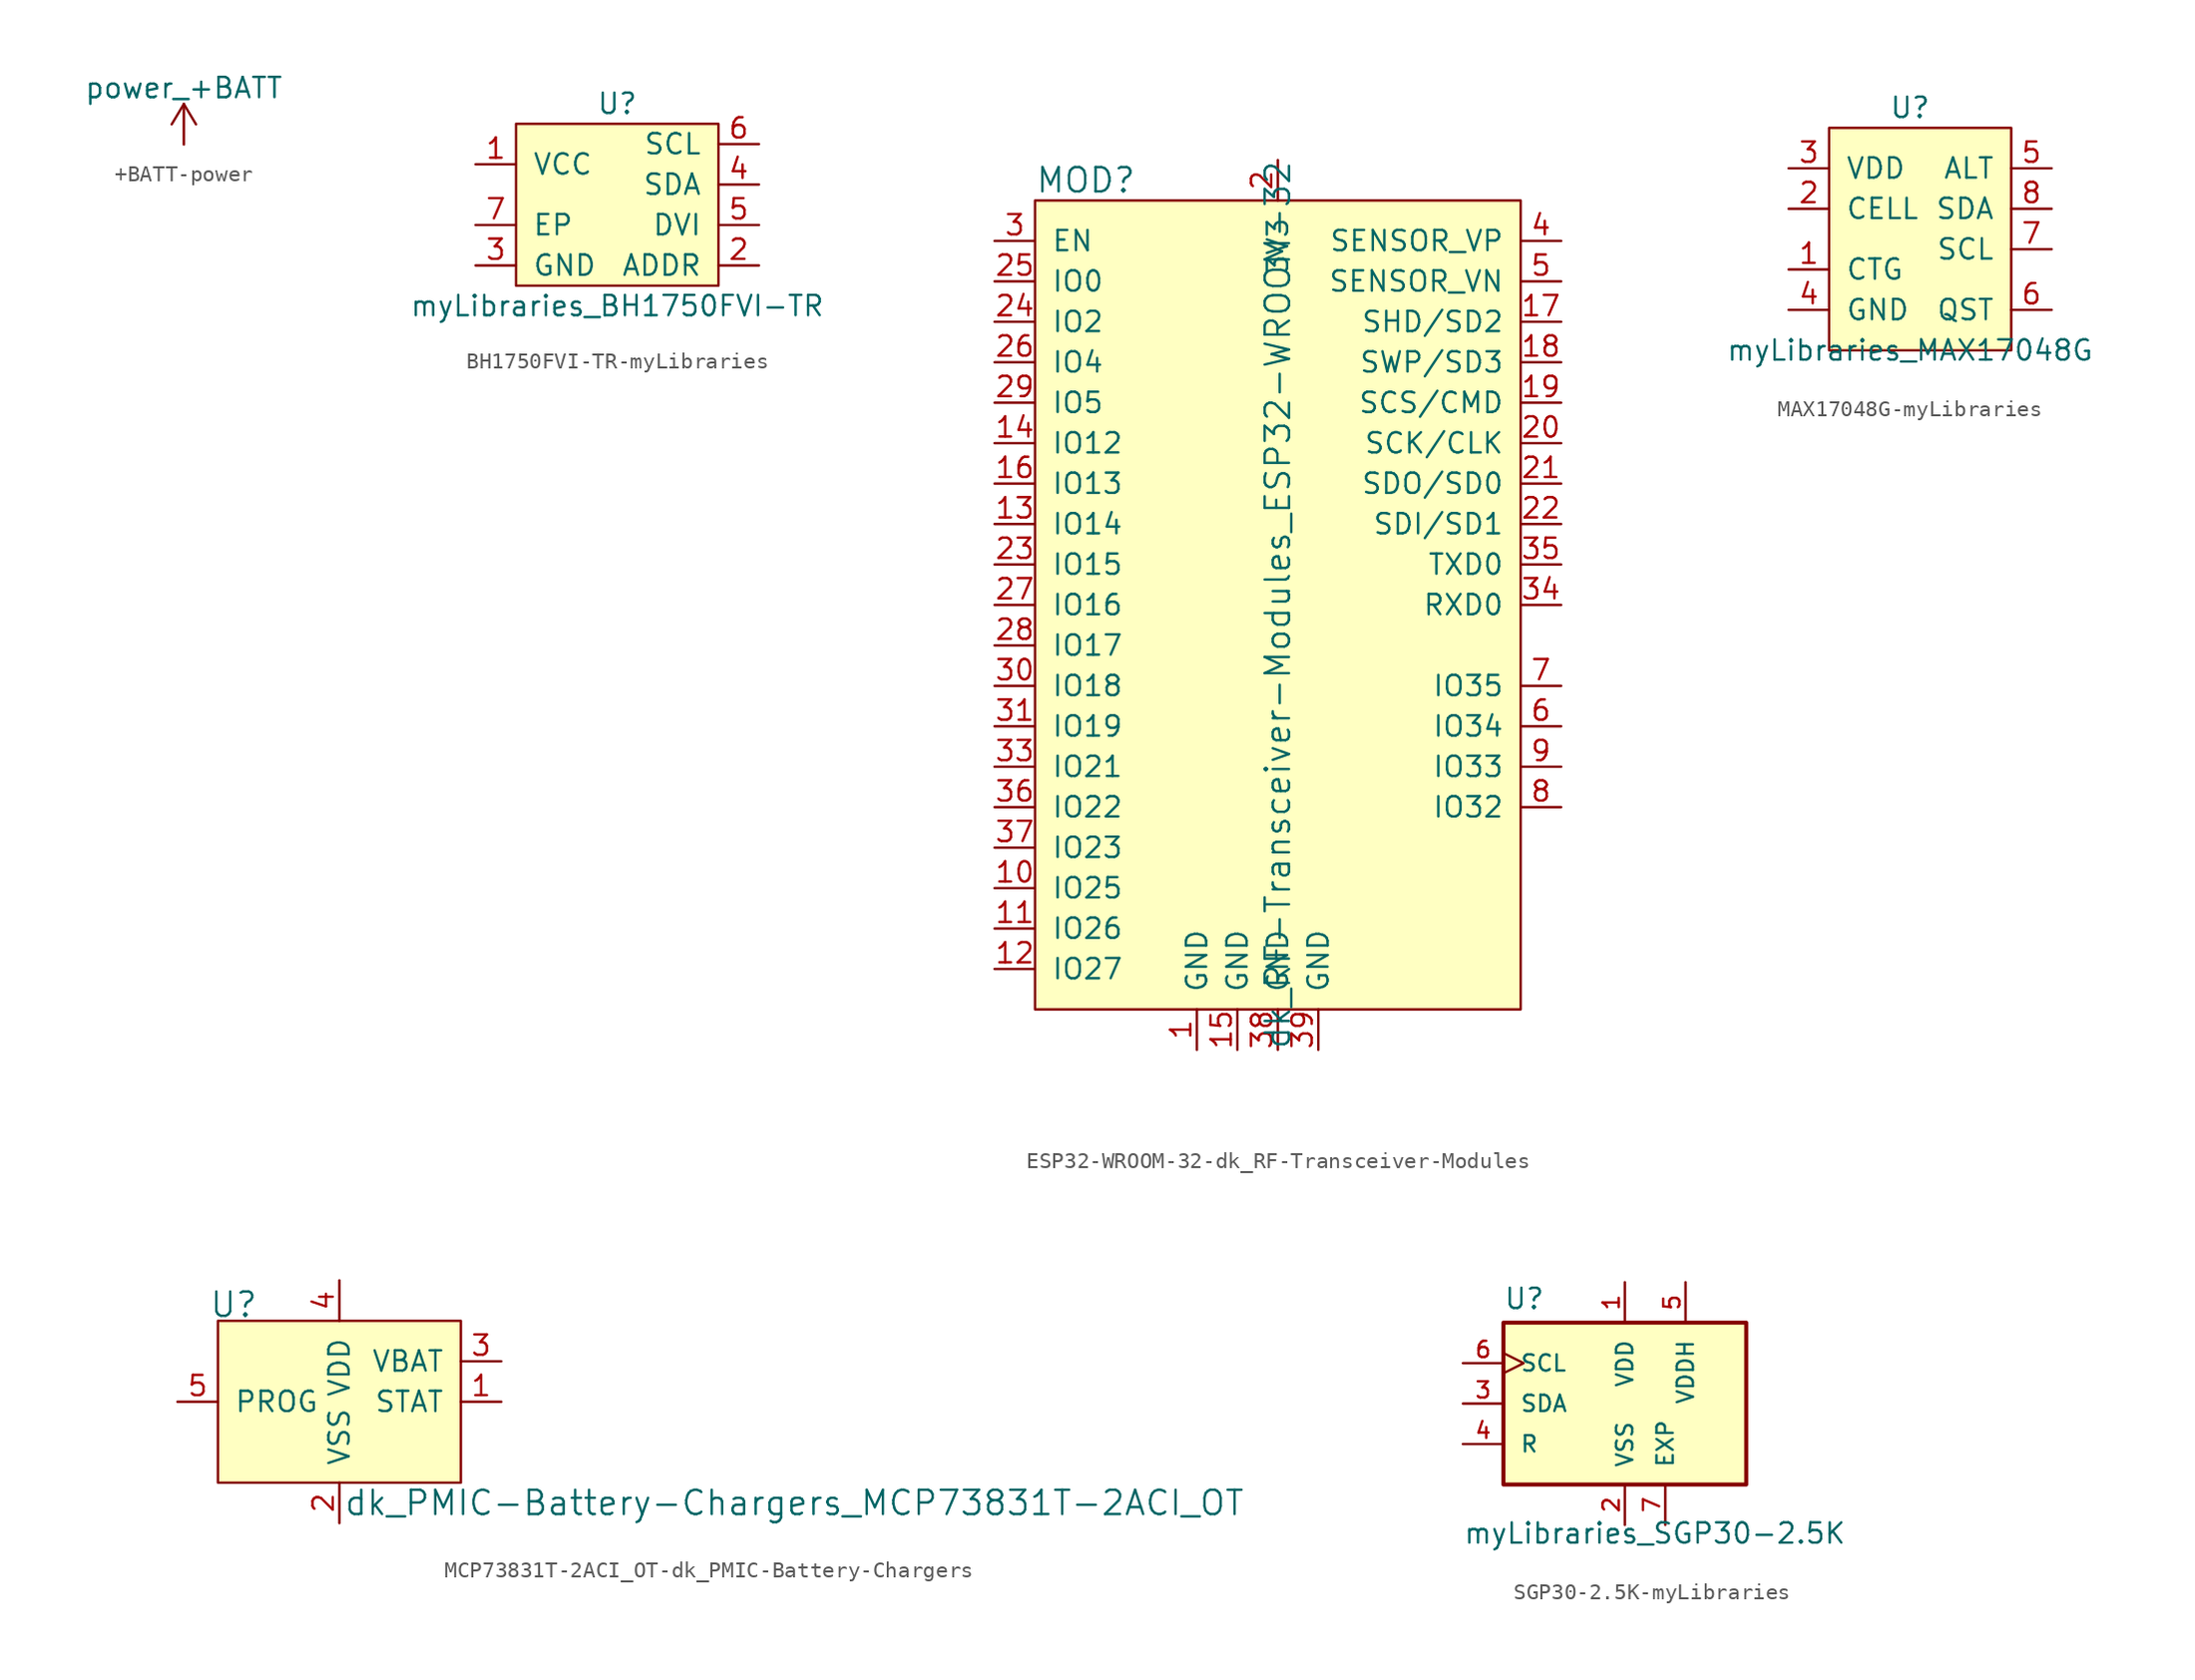
<source format=kicad_sym>
(kicad_symbol_lib
  (version 20241209)
  (generator "kicad_symbol_editor")
  (generator_version "9.0")
  (symbol "+BATT-power"
    (power)
    (pin_names
      (offset 0))
    (property "Reference" "#PWR"
      (at 0 -3.81 0)
      (effects (font (size 1.27 1.27)) (hide yes)))
    (property "Value" "power_+BATT"
      (at 0 3.556 0)
      (effects (font (size 1.27 1.27))))
    (symbol "+BATT-power_0_1"
      (polyline (pts (xy -0.762 1.27) (xy 0 2.54)) (stroke (width 0) (type solid)) (fill (type none)))
      (polyline (pts (xy 0 2.54) (xy 0.762 1.27)) (stroke (width 0) (type solid)) (fill (type none)))
      (polyline (pts (xy 0 0) (xy 0 2.54)) (stroke (width 0) (type solid)) (fill (type none))))
    (symbol "+BATT-power_1_1"
      (pin power_in line (at 0 0 90) (length 0) (hide yes) (name "+BATT" (effects (font (size 1.27 1.27)))) (number "1" (effects (font (size 1.27 1.27)))))))
  (symbol "BH1750FVI-TR-myLibraries"
    (pin_names
      (offset 1.016))
    (property "Reference" "U"
      (at 0 6.35 0)
      (effects (font (size 1.27 1.27))))
    (property "Value" "myLibraries_BH1750FVI-TR"
      (at 0 -6.35 0)
      (effects (font (size 1.27 1.27))))
    (symbol "BH1750FVI-TR-myLibraries_0_1"
      (rectangle (start -6.35 5.08) (end 6.35 -5.08) (stroke (width 0) (type solid)) (fill (type background))))
    (symbol "BH1750FVI-TR-myLibraries_1_1"
      (pin input line (at -8.89 2.54 0) (length 2.54) (name "VCC" (effects (font (size 1.27 1.27)))) (number "1" (effects (font (size 1.27 1.27)))))
      (pin input line (at -8.89 -1.27 0) (length 2.54) (name "EP" (effects (font (size 1.27 1.27)))) (number "7" (effects (font (size 1.27 1.27)))))
      (pin input line (at -8.89 -3.81 0) (length 2.54) (name "GND" (effects (font (size 1.27 1.27)))) (number "3" (effects (font (size 1.27 1.27)))))
      (pin input line (at 8.89 3.81 180) (length 2.54) (name "SCL" (effects (font (size 1.27 1.27)))) (number "6" (effects (font (size 1.27 1.27)))))
      (pin input line (at 8.89 1.27 180) (length 2.54) (name "SDA" (effects (font (size 1.27 1.27)))) (number "4" (effects (font (size 1.27 1.27)))))
      (pin input line (at 8.89 -1.27 180) (length 2.54) (name "DVI" (effects (font (size 1.27 1.27)))) (number "5" (effects (font (size 1.27 1.27)))))
      (pin input line (at 8.89 -3.81 180) (length 2.54) (name "ADDR" (effects (font (size 1.27 1.27)))) (number "2" (effects (font (size 1.27 1.27)))))))
  (symbol "ESP32-WROOM-32-dk_RF-Transceiver-Modules"
    (pin_names
      (offset 1.016))
    (property "Reference" "MOD"
      (at -10.16 1.27 0)
      (effects (font (size 1.524 1.524)) (justify left)))
    (property "Value" "dk_RF-Transceiver-Modules_ESP32-WROOM-32"
      (at 5.08 -25.4 90)
      (effects (font (size 1.524 1.524))))
    (symbol "ESP32-WROOM-32-dk_RF-Transceiver-Modules_0_1"
      (rectangle (start -10.16 0) (end 20.32 -50.8) (stroke (width 0) (type solid)) (fill (type background))))
    (symbol "ESP32-WROOM-32-dk_RF-Transceiver-Modules_1_1"
      (pin input line (at -12.7 -2.54 0) (length 2.54) (name "EN" (effects (font (size 1.27 1.27)))) (number "3" (effects (font (size 1.27 1.27)))))
      (pin bidirectional line (at -12.7 -5.08 0) (length 2.54) (name "IO0" (effects (font (size 1.27 1.27)))) (number "25" (effects (font (size 1.27 1.27)))))
      (pin bidirectional line (at -12.7 -7.62 0) (length 2.54) (name "IO2" (effects (font (size 1.27 1.27)))) (number "24" (effects (font (size 1.27 1.27)))))
      (pin bidirectional line (at -12.7 -10.16 0) (length 2.54) (name "IO4" (effects (font (size 1.27 1.27)))) (number "26" (effects (font (size 1.27 1.27)))))
      (pin bidirectional line (at -12.7 -12.7 0) (length 2.54) (name "IO5" (effects (font (size 1.27 1.27)))) (number "29" (effects (font (size 1.27 1.27)))))
      (pin bidirectional line (at -12.7 -15.24 0) (length 2.54) (name "IO12" (effects (font (size 1.27 1.27)))) (number "14" (effects (font (size 1.27 1.27)))))
      (pin bidirectional line (at -12.7 -17.78 0) (length 2.54) (name "IO13" (effects (font (size 1.27 1.27)))) (number "16" (effects (font (size 1.27 1.27)))))
      (pin bidirectional line (at -12.7 -20.32 0) (length 2.54) (name "IO14" (effects (font (size 1.27 1.27)))) (number "13" (effects (font (size 1.27 1.27)))))
      (pin bidirectional line (at -12.7 -22.86 0) (length 2.54) (name "IO15" (effects (font (size 1.27 1.27)))) (number "23" (effects (font (size 1.27 1.27)))))
      (pin bidirectional line (at -12.7 -25.4 0) (length 2.54) (name "IO16" (effects (font (size 1.27 1.27)))) (number "27" (effects (font (size 1.27 1.27)))))
      (pin bidirectional line (at -12.7 -27.94 0) (length 2.54) (name "IO17" (effects (font (size 1.27 1.27)))) (number "28" (effects (font (size 1.27 1.27)))))
      (pin bidirectional line (at -12.7 -30.48 0) (length 2.54) (name "IO18" (effects (font (size 1.27 1.27)))) (number "30" (effects (font (size 1.27 1.27)))))
      (pin bidirectional line (at -12.7 -33.02 0) (length 2.54) (name "IO19" (effects (font (size 1.27 1.27)))) (number "31" (effects (font (size 1.27 1.27)))))
      (pin bidirectional line (at -12.7 -35.56 0) (length 2.54) (name "IO21" (effects (font (size 1.27 1.27)))) (number "33" (effects (font (size 1.27 1.27)))))
      (pin bidirectional line (at -12.7 -38.1 0) (length 2.54) (name "IO22" (effects (font (size 1.27 1.27)))) (number "36" (effects (font (size 1.27 1.27)))))
      (pin bidirectional line (at -12.7 -40.64 0) (length 2.54) (name "IO23" (effects (font (size 1.27 1.27)))) (number "37" (effects (font (size 1.27 1.27)))))
      (pin bidirectional line (at -12.7 -43.18 0) (length 2.54) (name "IO25" (effects (font (size 1.27 1.27)))) (number "10" (effects (font (size 1.27 1.27)))))
      (pin bidirectional line (at -12.7 -45.72 0) (length 2.54) (name "IO26" (effects (font (size 1.27 1.27)))) (number "11" (effects (font (size 1.27 1.27)))))
      (pin bidirectional line (at -12.7 -48.26 0) (length 2.54) (name "IO27" (effects (font (size 1.27 1.27)))) (number "12" (effects (font (size 1.27 1.27)))))
      (pin power_in line (at 0 -53.34 90) (length 2.54) (name "GND" (effects (font (size 1.27 1.27)))) (number "1" (effects (font (size 1.27 1.27)))))
      (pin power_in line (at 2.54 -53.34 90) (length 2.54) (name "GND" (effects (font (size 1.27 1.27)))) (number "15" (effects (font (size 1.27 1.27)))))
      (pin power_in line (at 5.08 2.54 270) (length 2.54) (name "3V3" (effects (font (size 1.27 1.27)))) (number "2" (effects (font (size 1.27 1.27)))))
      (pin power_in line (at 5.08 -53.34 90) (length 2.54) (name "GND" (effects (font (size 1.27 1.27)))) (number "38" (effects (font (size 1.27 1.27)))))
      (pin power_in line (at 7.62 -53.34 90) (length 2.54) (name "GND" (effects (font (size 1.27 1.27)))) (number "39" (effects (font (size 1.27 1.27)))))
      (pin no_connect line (at 20.32 -43.18 180) (length 2.54) (hide yes) (name "NC" (effects (font (size 1.27 1.27)))) (number "32" (effects (font (size 1.27 1.27)))))
      (pin input line (at 22.86 -2.54 180) (length 2.54) (name "SENSOR_VP" (effects (font (size 1.27 1.27)))) (number "4" (effects (font (size 1.27 1.27)))))
      (pin input line (at 22.86 -5.08 180) (length 2.54) (name "SENSOR_VN" (effects (font (size 1.27 1.27)))) (number "5" (effects (font (size 1.27 1.27)))))
      (pin bidirectional line (at 22.86 -7.62 180) (length 2.54) (name "SHD/SD2" (effects (font (size 1.27 1.27)))) (number "17" (effects (font (size 1.27 1.27)))))
      (pin bidirectional line (at 22.86 -10.16 180) (length 2.54) (name "SWP/SD3" (effects (font (size 1.27 1.27)))) (number "18" (effects (font (size 1.27 1.27)))))
      (pin bidirectional line (at 22.86 -12.7 180) (length 2.54) (name "SCS/CMD" (effects (font (size 1.27 1.27)))) (number "19" (effects (font (size 1.27 1.27)))))
      (pin bidirectional line (at 22.86 -15.24 180) (length 2.54) (name "SCK/CLK" (effects (font (size 1.27 1.27)))) (number "20" (effects (font (size 1.27 1.27)))))
      (pin bidirectional line (at 22.86 -17.78 180) (length 2.54) (name "SDO/SD0" (effects (font (size 1.27 1.27)))) (number "21" (effects (font (size 1.27 1.27)))))
      (pin bidirectional line (at 22.86 -20.32 180) (length 2.54) (name "SDI/SD1" (effects (font (size 1.27 1.27)))) (number "22" (effects (font (size 1.27 1.27)))))
      (pin bidirectional line (at 22.86 -22.86 180) (length 2.54) (name "TXD0" (effects (font (size 1.27 1.27)))) (number "35" (effects (font (size 1.27 1.27)))))
      (pin bidirectional line (at 22.86 -25.4 180) (length 2.54) (name "RXD0" (effects (font (size 1.27 1.27)))) (number "34" (effects (font (size 1.27 1.27)))))
      (pin bidirectional line (at 22.86 -30.48 180) (length 2.54) (name "IO35" (effects (font (size 1.27 1.27)))) (number "7" (effects (font (size 1.27 1.27)))))
      (pin bidirectional line (at 22.86 -33.02 180) (length 2.54) (name "IO34" (effects (font (size 1.27 1.27)))) (number "6" (effects (font (size 1.27 1.27)))))
      (pin bidirectional line (at 22.86 -35.56 180) (length 2.54) (name "IO33" (effects (font (size 1.27 1.27)))) (number "9" (effects (font (size 1.27 1.27)))))
      (pin bidirectional line (at 22.86 -38.1 180) (length 2.54) (name "IO32" (effects (font (size 1.27 1.27)))) (number "8" (effects (font (size 1.27 1.27)))))))
  (symbol "MAX17048G-myLibraries"
    (pin_names
      (offset 1.016))
    (property "Reference" "U"
      (at 0 7.62 0)
      (effects (font (size 1.27 1.27))))
    (property "Value" "myLibraries_MAX17048G"
      (at 0 -7.62 0)
      (effects (font (size 1.27 1.27))))
    (symbol "MAX17048G-myLibraries_0_1"
      (rectangle (start -5.08 6.35) (end 6.35 -7.62) (stroke (width 0) (type solid)) (fill (type background))))
    (symbol "MAX17048G-myLibraries_1_1"
      (pin passive line (at -7.62 3.81 0) (length 2.54) (name "VDD" (effects (font (size 1.27 1.27)))) (number "3" (effects (font (size 1.27 1.27)))))
      (pin passive line (at -7.62 1.27 0) (length 2.54) (name "CELL" (effects (font (size 1.27 1.27)))) (number "2" (effects (font (size 1.27 1.27)))))
      (pin passive line (at -7.62 -2.54 0) (length 2.54) (name "CTG" (effects (font (size 1.27 1.27)))) (number "1" (effects (font (size 1.27 1.27)))))
      (pin passive line (at -7.62 -5.08 0) (length 2.54) (name "GND" (effects (font (size 1.27 1.27)))) (number "4" (effects (font (size 1.27 1.27)))))
      (pin passive line (at -7.62 -5.08 0) (length 2.54) (hide yes) (name "EP" (effects (font (size 1.27 1.27)))) (number "9" (effects (font (size 1.27 1.27)))))
      (pin passive line (at 8.89 3.81 180) (length 2.54) (name "ALT" (effects (font (size 1.27 1.27)))) (number "5" (effects (font (size 1.27 1.27)))))
      (pin passive line (at 8.89 1.27 180) (length 2.54) (name "SDA" (effects (font (size 1.27 1.27)))) (number "8" (effects (font (size 1.27 1.27)))))
      (pin passive line (at 8.89 -1.27 180) (length 2.54) (name "SCL" (effects (font (size 1.27 1.27)))) (number "7" (effects (font (size 1.27 1.27)))))
      (pin passive line (at 8.89 -5.08 180) (length 2.54) (name "QST" (effects (font (size 1.27 1.27)))) (number "6" (effects (font (size 1.27 1.27)))))))
  (symbol "MCP73831T-2ACI_OT-dk_PMIC-Battery-Chargers"
    (pin_names
      (offset 1.016))
    (property "Reference" "U"
      (at -5.08 3.556 0)
      (effects (font (size 1.524 1.524)) (justify right)))
    (property "Value" "dk_PMIC-Battery-Chargers_MCP73831T-2ACI_OT"
      (at 0.254 -8.89 0)
      (effects (font (size 1.524 1.524)) (justify left)))
    (symbol "MCP73831T-2ACI_OT-dk_PMIC-Battery-Chargers_0_1"
      (rectangle (start 7.62 2.54) (end -7.62 -7.62) (stroke (width 0) (type solid)) (fill (type background))))
    (symbol "MCP73831T-2ACI_OT-dk_PMIC-Battery-Chargers_1_1"
      (pin input line (at -10.16 -2.54 0) (length 2.54) (name "PROG" (effects (font (size 1.27 1.27)))) (number "5" (effects (font (size 1.27 1.27)))))
      (pin power_in line (at 0 5.08 270) (length 2.54) (name "VDD" (effects (font (size 1.27 1.27)))) (number "4" (effects (font (size 1.27 1.27)))))
      (pin power_in line (at 0 -10.16 90) (length 2.54) (name "VSS" (effects (font (size 1.27 1.27)))) (number "2" (effects (font (size 1.27 1.27)))))
      (pin power_out line (at 10.16 0 180) (length 2.54) (name "VBAT" (effects (font (size 1.27 1.27)))) (number "3" (effects (font (size 1.27 1.27)))))
      (pin output line (at 10.16 -2.54 180) (length 2.54) (name "STAT" (effects (font (size 1.27 1.27)))) (number "1" (effects (font (size 1.27 1.27)))))))
  (symbol "SGP30-2.5K-myLibraries"
    (pin_names
      (offset 1.016))
    (property "Reference" "U"
      (at -7.62 7.112 0)
      (effects (font (size 1.27 1.27)) (justify left bottom)))
    (property "Value" "myLibraries_SGP30-2.5K"
      (at -10.16 -7.62 0)
      (effects (font (size 1.27 1.27)) (justify left bottom)))
    (symbol "SGP30-2.5K-myLibraries_0_0"
      (rectangle (start -7.62 -3.81) (end 7.62 6.35) (stroke (width 0.254) (type solid)) (fill (type background)))
      (pin bidirectional clock (at -10.16 3.81 0) (length 2.54) (name "SCL" (effects (font (size 1.016 1.016)))) (number "6" (effects (font (size 1.016 1.016)))))
      (pin bidirectional line (at -10.16 1.27 0) (length 2.54) (name "SDA" (effects (font (size 1.016 1.016)))) (number "3" (effects (font (size 1.016 1.016)))))
      (pin passive line (at -10.16 -1.27 0) (length 2.54) (name "R" (effects (font (size 1.016 1.016)))) (number "4" (effects (font (size 1.016 1.016)))))
      (pin power_in line (at 0 8.89 270) (length 2.54) (name "VDD" (effects (font (size 1.016 1.016)))) (number "1" (effects (font (size 1.016 1.016)))))
      (pin power_in line (at 0 -6.35 90) (length 2.54) (name "VSS" (effects (font (size 1.016 1.016)))) (number "2" (effects (font (size 1.016 1.016)))))
      (pin power_in line (at 2.54 -6.35 90) (length 2.54) (name "EXP" (effects (font (size 1.016 1.016)))) (number "7" (effects (font (size 1.016 1.016)))))
      (pin power_in line (at 3.81 8.89 270) (length 2.54) (name "VDDH" (effects (font (size 1.016 1.016)))) (number "5" (effects (font (size 1.016 1.016))))))))
</source>
